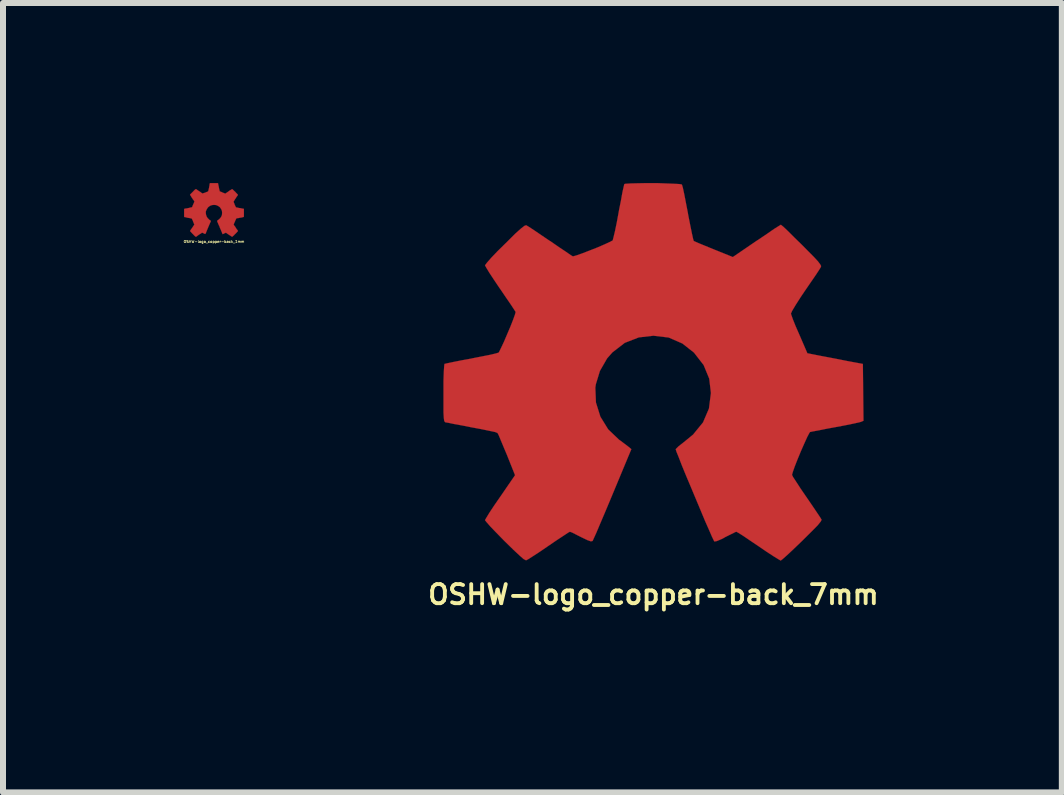
<source format=kicad_pcb>
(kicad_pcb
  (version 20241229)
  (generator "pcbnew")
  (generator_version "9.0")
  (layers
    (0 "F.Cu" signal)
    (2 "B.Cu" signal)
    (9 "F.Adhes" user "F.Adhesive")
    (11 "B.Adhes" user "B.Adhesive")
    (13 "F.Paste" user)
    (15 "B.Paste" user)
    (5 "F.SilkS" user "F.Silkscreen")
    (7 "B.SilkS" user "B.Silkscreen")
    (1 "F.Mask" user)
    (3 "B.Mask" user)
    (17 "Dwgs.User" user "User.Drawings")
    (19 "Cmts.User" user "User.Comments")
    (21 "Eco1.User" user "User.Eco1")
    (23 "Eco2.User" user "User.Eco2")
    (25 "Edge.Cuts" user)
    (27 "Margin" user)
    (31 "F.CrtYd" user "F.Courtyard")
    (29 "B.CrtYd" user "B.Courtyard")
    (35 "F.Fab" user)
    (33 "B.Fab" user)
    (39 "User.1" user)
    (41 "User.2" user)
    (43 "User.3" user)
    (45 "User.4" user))
  (footprint "OSHW-logo_copper-back_1mm"
    (layer "F.Cu")
    (at 0.516 0.448)
    (property "Reference" "OSHW-logo_copper-back_1mm" (at 0 0.528 0) (layer "F.SilkS") (effects (font (size 0.043 0.043) (thickness 0.008))))
    (attr through_hole)
    (fp_poly (pts (xy 0.302 0.447) (xy 0.297 0.445) (xy 0.284 0.437) (xy 0.269 0.427) (xy 0.249 0.414) (xy 0.229 0.401) (xy 0.213 0.389) (xy 0.201 0.381) (xy 0.196 0.378) (xy 0.193 0.381) (xy 0.185 0.386) (xy 0.17 0.391) (xy 0.163 0.396) (xy 0.15 0.401) (xy 0.145 0.404) (xy 0.142 0.401) (xy 0.137 0.391) (xy 0.132 0.376) (xy 0.122 0.353) (xy 0.112 0.328) (xy 0.099 0.3) (xy 0.089 0.272) (xy 0.076 0.246) (xy 0.066 0.221) (xy 0.058 0.203) (xy 0.053 0.188) (xy 0.051 0.183) (xy 0.053 0.183) (xy 0.058 0.175) (xy 0.069 0.168) (xy 0.094 0.147) (xy 0.117 0.119) (xy 0.132 0.086) (xy 0.135 0.048) (xy 0.132 0.015) (xy 0.119 -0.015) (xy 0.097 -0.046) (xy 0.069 -0.066) (xy 0.036 -0.081) (xy 0 -0.084) (xy -0.033 -0.081) (xy -0.066 -0.069) (xy -0.097 -0.046) (xy -0.109 -0.03) (xy -0.127 0) (xy -0.137 0.028) (xy -0.137 0.036) (xy -0.135 0.071) (xy -0.124 0.107) (xy -0.107 0.135) (xy -0.081 0.16) (xy -0.079 0.163) (xy -0.066 0.173) (xy -0.058 0.178) (xy -0.051 0.183) (xy -0.097 0.29) (xy -0.104 0.307) (xy -0.117 0.338) (xy -0.127 0.363) (xy -0.135 0.384) (xy -0.142 0.396) (xy -0.145 0.401) (xy -0.147 0.401) (xy -0.155 0.399) (xy -0.17 0.391) (xy -0.18 0.386) (xy -0.193 0.381) (xy -0.198 0.378) (xy -0.203 0.381) (xy -0.213 0.389) (xy -0.229 0.399) (xy -0.249 0.411) (xy -0.267 0.424) (xy -0.284 0.437) (xy -0.295 0.445) (xy -0.302 0.447) (xy -0.307 0.445) (xy -0.318 0.437) (xy -0.333 0.422) (xy -0.353 0.401) (xy -0.356 0.399) (xy -0.373 0.381) (xy -0.386 0.366) (xy -0.396 0.356) (xy -0.399 0.353) (xy -0.396 0.345) (xy -0.389 0.333) (xy -0.378 0.318) (xy -0.363 0.297) (xy -0.328 0.244) (xy -0.348 0.196) (xy -0.353 0.18) (xy -0.361 0.163) (xy -0.368 0.15) (xy -0.371 0.145) (xy -0.376 0.142) (xy -0.389 0.14) (xy -0.409 0.135) (xy -0.432 0.132) (xy -0.455 0.127) (xy -0.472 0.122) (xy -0.488 0.119) (xy -0.495 0.119) (xy -0.495 0.117) (xy -0.498 0.114) (xy -0.498 0.109) (xy -0.498 0.097) (xy -0.498 0.076) (xy -0.498 0.048) (xy -0.498 0.046) (xy -0.498 0.02) (xy -0.498 0) (xy -0.498 -0.013) (xy -0.495 -0.018) (xy -0.49 -0.02) (xy -0.475 -0.023) (xy -0.457 -0.025) (xy -0.432 -0.03) (xy -0.406 -0.036) (xy -0.389 -0.041) (xy -0.373 -0.043) (xy -0.368 -0.046) (xy -0.366 -0.046) (xy -0.361 -0.056) (xy -0.356 -0.071) (xy -0.348 -0.089) (xy -0.34 -0.107) (xy -0.333 -0.124) (xy -0.328 -0.135) (xy -0.328 -0.142) (xy -0.33 -0.147) (xy -0.338 -0.16) (xy -0.351 -0.175) (xy -0.363 -0.196) (xy -0.366 -0.198) (xy -0.378 -0.218) (xy -0.389 -0.236) (xy -0.396 -0.246) (xy -0.399 -0.251) (xy -0.399 -0.254) (xy -0.396 -0.259) (xy -0.386 -0.269) (xy -0.371 -0.284) (xy -0.353 -0.302) (xy -0.348 -0.307) (xy -0.328 -0.328) (xy -0.315 -0.34) (xy -0.305 -0.345) (xy -0.302 -0.348) (xy -0.295 -0.345) (xy -0.282 -0.335) (xy -0.267 -0.325) (xy -0.246 -0.31) (xy -0.244 -0.31) (xy -0.224 -0.297) (xy -0.208 -0.284) (xy -0.196 -0.277) (xy -0.191 -0.274) (xy -0.183 -0.277) (xy -0.168 -0.282) (xy -0.15 -0.287) (xy -0.132 -0.295) (xy -0.114 -0.302) (xy -0.102 -0.307) (xy -0.097 -0.312) (xy -0.094 -0.32) (xy -0.091 -0.335) (xy -0.086 -0.356) (xy -0.081 -0.378) (xy -0.081 -0.384) (xy -0.076 -0.406) (xy -0.074 -0.427) (xy -0.069 -0.439) (xy -0.069 -0.447) (xy -0.066 -0.447) (xy -0.053 -0.447) (xy -0.036 -0.447) (xy -0.013 -0.447) (xy 0.008 -0.447) (xy 0.028 -0.447) (xy 0.048 -0.447) (xy 0.061 -0.447) (xy 0.066 -0.445) (xy 0.069 -0.437) (xy 0.071 -0.422) (xy 0.076 -0.401) (xy 0.081 -0.376) (xy 0.081 -0.373) (xy 0.086 -0.348) (xy 0.091 -0.33) (xy 0.094 -0.315) (xy 0.094 -0.31) (xy 0.097 -0.31) (xy 0.107 -0.305) (xy 0.122 -0.3) (xy 0.142 -0.29) (xy 0.188 -0.272) (xy 0.244 -0.31) (xy 0.249 -0.315) (xy 0.269 -0.328) (xy 0.287 -0.338) (xy 0.297 -0.345) (xy 0.302 -0.348) (xy 0.307 -0.343) (xy 0.32 -0.333) (xy 0.335 -0.318) (xy 0.353 -0.302) (xy 0.366 -0.287) (xy 0.381 -0.272) (xy 0.391 -0.262) (xy 0.396 -0.254) (xy 0.399 -0.251) (xy 0.396 -0.249) (xy 0.394 -0.241) (xy 0.386 -0.231) (xy 0.373 -0.213) (xy 0.361 -0.193) (xy 0.348 -0.175) (xy 0.338 -0.157) (xy 0.33 -0.145) (xy 0.325 -0.137) (xy 0.328 -0.135) (xy 0.33 -0.124) (xy 0.338 -0.107) (xy 0.345 -0.086) (xy 0.366 -0.043) (xy 0.394 -0.038) (xy 0.411 -0.033) (xy 0.437 -0.03) (xy 0.46 -0.025) (xy 0.498 -0.018) (xy 0.498 0.114) (xy 0.493 0.117) (xy 0.488 0.119) (xy 0.475 0.122) (xy 0.455 0.127) (xy 0.432 0.13) (xy 0.411 0.135) (xy 0.391 0.137) (xy 0.378 0.14) (xy 0.371 0.142) (xy 0.371 0.145) (xy 0.366 0.155) (xy 0.358 0.17) (xy 0.351 0.188) (xy 0.343 0.206) (xy 0.335 0.224) (xy 0.33 0.236) (xy 0.328 0.244) (xy 0.33 0.249) (xy 0.338 0.262) (xy 0.351 0.277) (xy 0.363 0.297) (xy 0.376 0.318) (xy 0.389 0.333) (xy 0.396 0.345) (xy 0.399 0.351) (xy 0.396 0.356) (xy 0.389 0.363) (xy 0.376 0.378) (xy 0.353 0.401) (xy 0.348 0.404) (xy 0.333 0.422) (xy 0.318 0.434) (xy 0.307 0.445) (xy 0.302 0.447)) (stroke (width 0.003) (type solid)) (fill yes) (layer "F.Cu")))
  (footprint "OSHW-logo_copper-back_7mm"
    (layer "F.Cu")
    (at 7.838 3.146)
    (property "Reference" "OSHW-logo_copper-back_7mm" (at 0 3.711 0) (layer "F.SilkS") (effects (font (size 0.318 0.318) (thickness 0.064))))
    (attr through_hole)
    (fp_poly (pts (xy 2.121 3.145) (xy 2.085 3.124) (xy 2.002 3.073) (xy 1.885 2.997) (xy 1.748 2.903) (xy 1.608 2.809) (xy 1.496 2.733) (xy 1.415 2.682) (xy 1.382 2.664) (xy 1.364 2.67) (xy 1.298 2.703) (xy 1.201 2.751) (xy 1.148 2.781) (xy 1.059 2.819) (xy 1.016 2.827) (xy 1.008 2.814) (xy 0.975 2.746) (xy 0.925 2.631) (xy 0.859 2.482) (xy 0.785 2.304) (xy 0.704 2.111) (xy 0.622 1.915) (xy 0.544 1.73) (xy 0.475 1.562) (xy 0.422 1.425) (xy 0.384 1.331) (xy 0.371 1.29) (xy 0.376 1.283) (xy 0.419 1.24) (xy 0.495 1.181) (xy 0.66 1.046) (xy 0.826 0.843) (xy 0.925 0.612) (xy 0.958 0.353) (xy 0.93 0.114) (xy 0.836 -0.114) (xy 0.676 -0.32) (xy 0.483 -0.472) (xy 0.254 -0.572) (xy 0 -0.602) (xy -0.244 -0.574) (xy -0.478 -0.483) (xy -0.683 -0.325) (xy -0.772 -0.224) (xy -0.892 -0.015) (xy -0.96 0.208) (xy -0.968 0.264) (xy -0.958 0.511) (xy -0.884 0.747) (xy -0.754 0.958) (xy -0.574 1.13) (xy -0.551 1.146) (xy -0.467 1.209) (xy -0.411 1.252) (xy -0.368 1.288) (xy -0.681 2.04) (xy -0.732 2.162) (xy -0.818 2.367) (xy -0.894 2.545) (xy -0.953 2.685) (xy -0.996 2.779) (xy -1.013 2.817) (xy -1.016 2.819) (xy -1.044 2.824) (xy -1.1 2.804) (xy -1.206 2.753) (xy -1.275 2.718) (xy -1.356 2.677) (xy -1.392 2.664) (xy -1.422 2.68) (xy -1.499 2.731) (xy -1.61 2.804) (xy -1.745 2.896) (xy -1.875 2.985) (xy -1.991 3.061) (xy -2.078 3.117) (xy -2.118 3.139) (xy -2.126 3.139) (xy -2.164 3.119) (xy -2.23 3.061) (xy -2.334 2.964) (xy -2.479 2.822) (xy -2.502 2.799) (xy -2.621 2.677) (xy -2.718 2.576) (xy -2.781 2.504) (xy -2.807 2.471) (xy -2.784 2.431) (xy -2.731 2.344) (xy -2.652 2.225) (xy -2.555 2.085) (xy -2.306 1.722) (xy -2.443 1.379) (xy -2.487 1.275) (xy -2.54 1.148) (xy -2.578 1.057) (xy -2.598 1.019) (xy -2.637 1.003) (xy -2.731 0.983) (xy -2.865 0.955) (xy -3.028 0.925) (xy -3.183 0.894) (xy -3.322 0.869) (xy -3.421 0.848) (xy -3.467 0.841) (xy -3.477 0.833) (xy -3.487 0.813) (xy -3.493 0.765) (xy -3.498 0.681) (xy -3.498 0.546) (xy -3.498 0.353) (xy -3.498 0.333) (xy -3.498 0.147) (xy -3.493 0.003) (xy -3.487 -0.094) (xy -3.482 -0.132) (xy -3.439 -0.142) (xy -3.34 -0.163) (xy -3.2 -0.191) (xy -3.035 -0.221) (xy -3.025 -0.224) (xy -2.857 -0.257) (xy -2.72 -0.284) (xy -2.624 -0.307) (xy -2.581 -0.32) (xy -2.573 -0.33) (xy -2.54 -0.396) (xy -2.492 -0.498) (xy -2.438 -0.625) (xy -2.383 -0.754) (xy -2.337 -0.871) (xy -2.306 -0.958) (xy -2.296 -0.998) (xy -2.322 -1.039) (xy -2.377 -1.123) (xy -2.459 -1.242) (xy -2.555 -1.384) (xy -2.563 -1.394) (xy -2.657 -1.534) (xy -2.736 -1.654) (xy -2.786 -1.737) (xy -2.807 -1.775) (xy -2.804 -1.778) (xy -2.774 -1.819) (xy -2.703 -1.9) (xy -2.601 -2.007) (xy -2.477 -2.129) (xy -2.438 -2.167) (xy -2.304 -2.301) (xy -2.207 -2.388) (xy -2.149 -2.433) (xy -2.121 -2.443) (xy -2.078 -2.418) (xy -1.989 -2.36) (xy -1.869 -2.278) (xy -1.727 -2.182) (xy -1.717 -2.177) (xy -1.577 -2.08) (xy -1.46 -2.002) (xy -1.379 -1.946) (xy -1.344 -1.925) (xy -1.336 -1.925) (xy -1.28 -1.941) (xy -1.181 -1.976) (xy -1.057 -2.024) (xy -0.927 -2.075) (xy -0.81 -2.126) (xy -0.721 -2.167) (xy -0.681 -2.189) (xy -0.678 -2.192) (xy -0.665 -2.243) (xy -0.64 -2.347) (xy -0.61 -2.492) (xy -0.579 -2.662) (xy -0.574 -2.69) (xy -0.541 -2.855) (xy -0.516 -2.995) (xy -0.495 -3.089) (xy -0.485 -3.129) (xy -0.462 -3.134) (xy -0.381 -3.139) (xy -0.257 -3.142) (xy -0.104 -3.145) (xy 0.053 -3.145) (xy 0.208 -3.139) (xy 0.34 -3.134) (xy 0.434 -3.129) (xy 0.472 -3.122) (xy 0.475 -3.119) (xy 0.49 -3.068) (xy 0.513 -2.962) (xy 0.541 -2.817) (xy 0.574 -2.647) (xy 0.579 -2.616) (xy 0.612 -2.449) (xy 0.64 -2.311) (xy 0.66 -2.22) (xy 0.671 -2.182) (xy 0.686 -2.174) (xy 0.754 -2.144) (xy 0.866 -2.098) (xy 1.003 -2.042) (xy 1.323 -1.913) (xy 1.717 -2.182) (xy 1.753 -2.205) (xy 1.895 -2.301) (xy 2.009 -2.38) (xy 2.09 -2.431) (xy 2.123 -2.451) (xy 2.126 -2.449) (xy 2.167 -2.416) (xy 2.245 -2.342) (xy 2.349 -2.238) (xy 2.474 -2.116) (xy 2.565 -2.024) (xy 2.675 -1.913) (xy 2.743 -1.839) (xy 2.779 -1.791) (xy 2.794 -1.763) (xy 2.789 -1.745) (xy 2.764 -1.704) (xy 2.708 -1.618) (xy 2.626 -1.499) (xy 2.53 -1.359) (xy 2.451 -1.242) (xy 2.367 -1.11) (xy 2.311 -1.016) (xy 2.291 -0.97) (xy 2.296 -0.953) (xy 2.324 -0.874) (xy 2.37 -0.759) (xy 2.431 -0.62) (xy 2.565 -0.31) (xy 2.771 -0.269) (xy 2.893 -0.246) (xy 3.066 -0.213) (xy 3.231 -0.18) (xy 3.49 -0.132) (xy 3.5 0.815) (xy 3.459 0.833) (xy 3.421 0.843) (xy 3.325 0.864) (xy 3.188 0.892) (xy 3.028 0.922) (xy 2.891 0.947) (xy 2.753 0.975) (xy 2.654 0.993) (xy 2.609 1.003) (xy 2.598 1.019) (xy 2.563 1.085) (xy 2.515 1.191) (xy 2.459 1.318) (xy 2.403 1.453) (xy 2.355 1.575) (xy 2.322 1.669) (xy 2.309 1.717) (xy 2.327 1.753) (xy 2.38 1.834) (xy 2.456 1.951) (xy 2.55 2.088) (xy 2.644 2.225) (xy 2.723 2.342) (xy 2.779 2.426) (xy 2.802 2.464) (xy 2.789 2.492) (xy 2.736 2.558) (xy 2.631 2.664) (xy 2.477 2.817) (xy 2.451 2.842) (xy 2.329 2.959) (xy 2.225 3.056) (xy 2.154 3.119) (xy 2.121 3.145)) (stroke (width 0.003) (type solid)) (fill yes) (layer "F.Cu")))
  (gr_rect
    (start -3 -3)
    (end 14.643 10.154)
    (stroke (width 0.1) (type default))
    (fill no)
    (layer "Edge.Cuts")))
</source>
